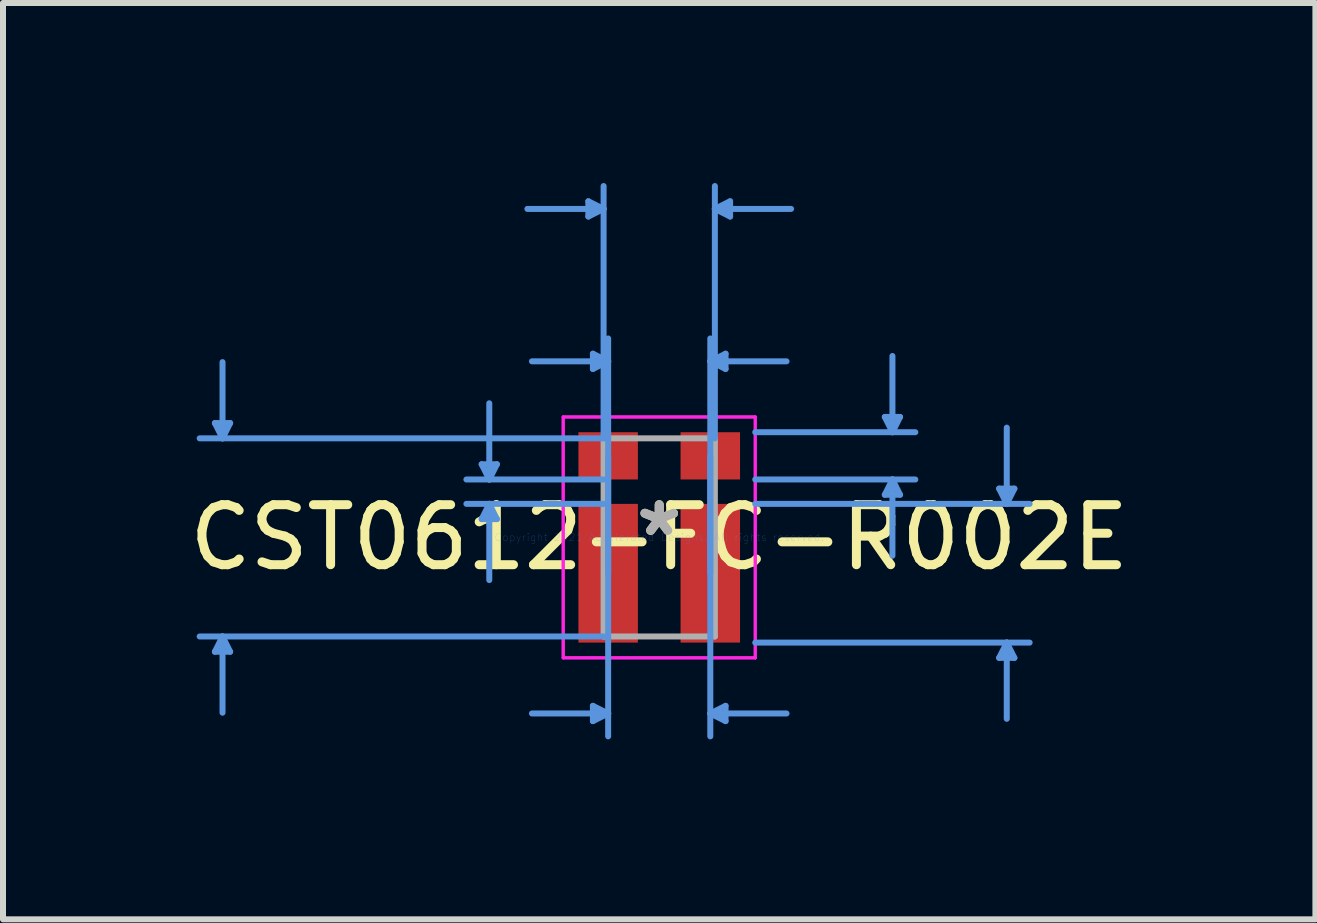
<source format=kicad_pcb>
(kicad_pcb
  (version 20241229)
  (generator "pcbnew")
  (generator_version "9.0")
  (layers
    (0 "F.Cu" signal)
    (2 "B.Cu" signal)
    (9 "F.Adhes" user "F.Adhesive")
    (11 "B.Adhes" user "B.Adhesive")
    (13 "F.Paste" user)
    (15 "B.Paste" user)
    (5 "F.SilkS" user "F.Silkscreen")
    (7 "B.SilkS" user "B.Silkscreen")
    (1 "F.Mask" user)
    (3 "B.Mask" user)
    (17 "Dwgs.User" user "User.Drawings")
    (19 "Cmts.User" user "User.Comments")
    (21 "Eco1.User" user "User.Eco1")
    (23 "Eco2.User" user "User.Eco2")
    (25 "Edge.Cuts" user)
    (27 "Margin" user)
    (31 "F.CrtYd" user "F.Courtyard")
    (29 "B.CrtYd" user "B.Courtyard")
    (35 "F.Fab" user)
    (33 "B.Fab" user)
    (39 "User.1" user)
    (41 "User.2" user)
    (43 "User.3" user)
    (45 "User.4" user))
  (footprint "CST0612-FC-R002E"
    (layer "F.Cu")
    (at 7.935 5.905)
    (property "Reference" "CST0612-FC-R002E" (at 0 0 0) (layer "F.SilkS") (effects (font (size 1 1) (thickness 0.15))))
    (attr through_hole)
    (fp_line (start -7.404 -1.905) (end -7.15 -1.905) (stroke (width 0.1) (type solid)) (layer "Cmts.User"))
    (fp_line (start -7.404 1.905) (end -7.15 1.905) (stroke (width 0.1) (type solid)) (layer "Cmts.User"))
    (fp_line (start -7.277 -1.651) (end -7.404 -1.905) (stroke (width 0.1) (type solid)) (layer "Cmts.User"))
    (fp_line (start -7.277 -1.651) (end -7.277 -2.921) (stroke (width 0.1) (type solid)) (layer "Cmts.User"))
    (fp_line (start -7.277 -1.651) (end -7.15 -1.905) (stroke (width 0.1) (type solid)) (layer "Cmts.User"))
    (fp_line (start -7.277 1.651) (end -7.404 1.905) (stroke (width 0.1) (type solid)) (layer "Cmts.User"))
    (fp_line (start -7.277 1.651) (end -7.277 2.921) (stroke (width 0.1) (type solid)) (layer "Cmts.User"))
    (fp_line (start -7.277 1.651) (end -7.15 1.905) (stroke (width 0.1) (type solid)) (layer "Cmts.User"))
    (fp_line (start -2.959 -1.219) (end -2.705 -1.219) (stroke (width 0.1) (type solid)) (layer "Cmts.User"))
    (fp_line (start -2.959 -0.305) (end -2.705 -0.305) (stroke (width 0.1) (type solid)) (layer "Cmts.User"))
    (fp_line (start -2.832 -0.965) (end -2.959 -1.219) (stroke (width 0.1) (type solid)) (layer "Cmts.User"))
    (fp_line (start -2.832 -0.965) (end -2.832 -2.235) (stroke (width 0.1) (type solid)) (layer "Cmts.User"))
    (fp_line (start -2.832 -0.965) (end -2.705 -1.219) (stroke (width 0.1) (type solid)) (layer "Cmts.User"))
    (fp_line (start -2.832 -0.559) (end -2.959 -0.305) (stroke (width 0.1) (type solid)) (layer "Cmts.User"))
    (fp_line (start -2.832 -0.559) (end -2.832 0.711) (stroke (width 0.1) (type solid)) (layer "Cmts.User"))
    (fp_line (start -2.832 -0.559) (end -2.705 -0.305) (stroke (width 0.1) (type solid)) (layer "Cmts.User"))
    (fp_line (start -1.181 -5.601) (end -1.181 -5.347) (stroke (width 0.1) (type solid)) (layer "Cmts.User"))
    (fp_line (start -1.105 -3.061) (end -1.105 -2.807) (stroke (width 0.1) (type solid)) (layer "Cmts.User"))
    (fp_line (start -1.105 2.807) (end -1.105 3.061) (stroke (width 0.1) (type solid)) (layer "Cmts.User"))
    (fp_line (start -0.927 -5.474) (end -2.197 -5.474) (stroke (width 0.1) (type solid)) (layer "Cmts.User"))
    (fp_line (start -0.927 -5.474) (end -1.181 -5.601) (stroke (width 0.1) (type solid)) (layer "Cmts.User"))
    (fp_line (start -0.927 -5.474) (end -1.181 -5.347) (stroke (width 0.1) (type solid)) (layer "Cmts.User"))
    (fp_line (start -0.927 -1.651) (end -7.658 -1.651) (stroke (width 0.1) (type solid)) (layer "Cmts.User"))
    (fp_line (start -0.927 -1.651) (end -0.927 -5.855) (stroke (width 0.1) (type solid)) (layer "Cmts.User"))
    (fp_line (start -0.927 -0.965) (end -3.213 -0.965) (stroke (width 0.1) (type solid)) (layer "Cmts.User"))
    (fp_line (start -0.927 -0.559) (end -3.213 -0.559) (stroke (width 0.1) (type solid)) (layer "Cmts.User"))
    (fp_line (start -0.927 1.651) (end -7.658 1.651) (stroke (width 0.1) (type solid)) (layer "Cmts.User"))
    (fp_line (start -0.851 -2.934) (end -2.121 -2.934) (stroke (width 0.1) (type solid)) (layer "Cmts.User"))
    (fp_line (start -0.851 -2.934) (end -1.105 -3.061) (stroke (width 0.1) (type solid)) (layer "Cmts.User"))
    (fp_line (start -0.851 -2.934) (end -1.105 -2.807) (stroke (width 0.1) (type solid)) (layer "Cmts.User"))
    (fp_line (start -0.851 -1.359) (end -0.851 3.315) (stroke (width 0.1) (type solid)) (layer "Cmts.User"))
    (fp_line (start -0.851 0.597) (end -0.851 -3.315) (stroke (width 0.1) (type solid)) (layer "Cmts.User"))
    (fp_line (start -0.851 2.934) (end -2.121 2.934) (stroke (width 0.1) (type solid)) (layer "Cmts.User"))
    (fp_line (start -0.851 2.934) (end -1.105 2.807) (stroke (width 0.1) (type solid)) (layer "Cmts.User"))
    (fp_line (start -0.851 2.934) (end -1.105 3.061) (stroke (width 0.1) (type solid)) (layer "Cmts.User"))
    (fp_line (start 0.851 -2.934) (end 1.105 -3.061) (stroke (width 0.1) (type solid)) (layer "Cmts.User"))
    (fp_line (start 0.851 -2.934) (end 1.105 -2.807) (stroke (width 0.1) (type solid)) (layer "Cmts.User"))
    (fp_line (start 0.851 -2.934) (end 2.121 -2.934) (stroke (width 0.1) (type solid)) (layer "Cmts.User"))
    (fp_line (start 0.851 -1.359) (end 0.851 3.315) (stroke (width 0.1) (type solid)) (layer "Cmts.User"))
    (fp_line (start 0.851 0.597) (end 0.851 -3.315) (stroke (width 0.1) (type solid)) (layer "Cmts.User"))
    (fp_line (start 0.851 2.934) (end 1.105 2.807) (stroke (width 0.1) (type solid)) (layer "Cmts.User"))
    (fp_line (start 0.851 2.934) (end 1.105 3.061) (stroke (width 0.1) (type solid)) (layer "Cmts.User"))
    (fp_line (start 0.851 2.934) (end 2.121 2.934) (stroke (width 0.1) (type solid)) (layer "Cmts.User"))
    (fp_line (start 0.927 -5.474) (end 1.181 -5.601) (stroke (width 0.1) (type solid)) (layer "Cmts.User"))
    (fp_line (start 0.927 -5.474) (end 1.181 -5.347) (stroke (width 0.1) (type solid)) (layer "Cmts.User"))
    (fp_line (start 0.927 -5.474) (end 2.197 -5.474) (stroke (width 0.1) (type solid)) (layer "Cmts.User"))
    (fp_line (start 0.927 -1.651) (end 0.927 -5.855) (stroke (width 0.1) (type solid)) (layer "Cmts.User"))
    (fp_line (start 1.105 -3.061) (end 1.105 -2.807) (stroke (width 0.1) (type solid)) (layer "Cmts.User"))
    (fp_line (start 1.105 2.807) (end 1.105 3.061) (stroke (width 0.1) (type solid)) (layer "Cmts.User"))
    (fp_line (start 1.181 -5.601) (end 1.181 -5.347) (stroke (width 0.1) (type solid)) (layer "Cmts.User"))
    (fp_line (start 1.6 -1.753) (end 4.267 -1.753) (stroke (width 0.1) (type solid)) (layer "Cmts.User"))
    (fp_line (start 1.6 -0.965) (end 4.267 -0.965) (stroke (width 0.1) (type solid)) (layer "Cmts.User"))
    (fp_line (start 1.6 -0.559) (end 6.172 -0.559) (stroke (width 0.1) (type solid)) (layer "Cmts.User"))
    (fp_line (start 1.6 1.753) (end 6.172 1.753) (stroke (width 0.1) (type solid)) (layer "Cmts.User"))
    (fp_line (start 3.759 -2.007) (end 4.013 -2.007) (stroke (width 0.1) (type solid)) (layer "Cmts.User"))
    (fp_line (start 3.759 -0.711) (end 4.013 -0.711) (stroke (width 0.1) (type solid)) (layer "Cmts.User"))
    (fp_line (start 3.886 -1.753) (end 3.759 -2.007) (stroke (width 0.1) (type solid)) (layer "Cmts.User"))
    (fp_line (start 3.886 -1.753) (end 3.886 -3.023) (stroke (width 0.1) (type solid)) (layer "Cmts.User"))
    (fp_line (start 3.886 -1.753) (end 4.013 -2.007) (stroke (width 0.1) (type solid)) (layer "Cmts.User"))
    (fp_line (start 3.886 -0.965) (end 3.759 -0.711) (stroke (width 0.1) (type solid)) (layer "Cmts.User"))
    (fp_line (start 3.886 -0.965) (end 3.886 0.305) (stroke (width 0.1) (type solid)) (layer "Cmts.User"))
    (fp_line (start 3.886 -0.965) (end 4.013 -0.711) (stroke (width 0.1) (type solid)) (layer "Cmts.User"))
    (fp_line (start 5.664 -0.813) (end 5.918 -0.813) (stroke (width 0.1) (type solid)) (layer "Cmts.User"))
    (fp_line (start 5.664 2.007) (end 5.918 2.007) (stroke (width 0.1) (type solid)) (layer "Cmts.User"))
    (fp_line (start 5.791 -0.559) (end 5.664 -0.813) (stroke (width 0.1) (type solid)) (layer "Cmts.User"))
    (fp_line (start 5.791 -0.559) (end 5.791 -1.829) (stroke (width 0.1) (type solid)) (layer "Cmts.User"))
    (fp_line (start 5.791 -0.559) (end 5.918 -0.813) (stroke (width 0.1) (type solid)) (layer "Cmts.User"))
    (fp_line (start 5.791 1.753) (end 5.664 2.007) (stroke (width 0.1) (type solid)) (layer "Cmts.User"))
    (fp_line (start 5.791 1.753) (end 5.791 3.023) (stroke (width 0.1) (type solid)) (layer "Cmts.User"))
    (fp_line (start 5.791 1.753) (end 5.918 2.007) (stroke (width 0.1) (type solid)) (layer "Cmts.User"))
    (fp_line (start -1.6 -2.007) (end 1.6 -2.007) (stroke (width 0.05) (type solid)) (layer "F.CrtYd"))
    (fp_line (start -1.6 -2.007) (end 1.6 -2.007) (stroke (width 0.05) (type solid)) (layer "F.CrtYd"))
    (fp_line (start -1.6 2.007) (end -1.6 -2.007) (stroke (width 0.05) (type solid)) (layer "F.CrtYd"))
    (fp_line (start -1.6 2.007) (end -1.6 -2.007) (stroke (width 0.05) (type solid)) (layer "F.CrtYd"))
    (fp_line (start 1.6 -2.007) (end 1.6 2.007) (stroke (width 0.05) (type solid)) (layer "F.CrtYd"))
    (fp_line (start 1.6 -2.007) (end 1.6 2.007) (stroke (width 0.05) (type solid)) (layer "F.CrtYd"))
    (fp_line (start 1.6 2.007) (end -1.6 2.007) (stroke (width 0.05) (type solid)) (layer "F.CrtYd"))
    (fp_line (start 1.6 2.007) (end -1.6 2.007) (stroke (width 0.05) (type solid)) (layer "F.CrtYd"))
    (fp_line (start -0.927 -1.651) (end -0.927 1.651) (stroke (width 0.1) (type solid)) (layer "F.Fab"))
    (fp_line (start -0.927 1.651) (end 0.927 1.651) (stroke (width 0.1) (type solid)) (layer "F.Fab"))
    (fp_line (start 0.927 -1.651) (end -0.927 -1.651) (stroke (width 0.1) (type solid)) (layer "F.Fab"))
    (fp_line (start 0.927 1.651) (end 0.927 -1.651) (stroke (width 0.1) (type solid)) (layer "F.Fab"))
    (fp_text user "*" (at 0 0 0) (layer "F.SilkS") (effects (font (size 1 1) (thickness 0.15))))
    (fp_text user "Copyright 2021 Accelerated Designs. All rights reserved." (at 0 0 0) (layer "Cmts.User") (effects (font (size 0.127 0.127) (thickness 0.002))))
    (fp_text user "*" (at 0 0 0) (layer "F.Fab") (effects (font (size 1 1) (thickness 0.15))))
    (pad "1" smd rect (at -0.851 0.597) (size 0.991 2.311) (layers "F.Cu" "F.Mask" "F.Paste"))
    (pad "2" smd rect (at -0.851 -1.359) (size 0.991 0.787) (layers "F.Cu" "F.Mask" "F.Paste"))
    (pad "3" smd rect (at 0.851 -1.359) (size 0.991 0.787) (layers "F.Cu" "F.Mask" "F.Paste"))
    (pad "4" smd rect (at 0.851 0.597) (size 0.991 2.311) (layers "F.Cu" "F.Mask" "F.Paste")))
  (gr_rect
    (start -3 -3)
    (end 18.869 12.269)
    (stroke (width 0.1) (type default))
    (fill no)
    (layer "Edge.Cuts")))
</source>
